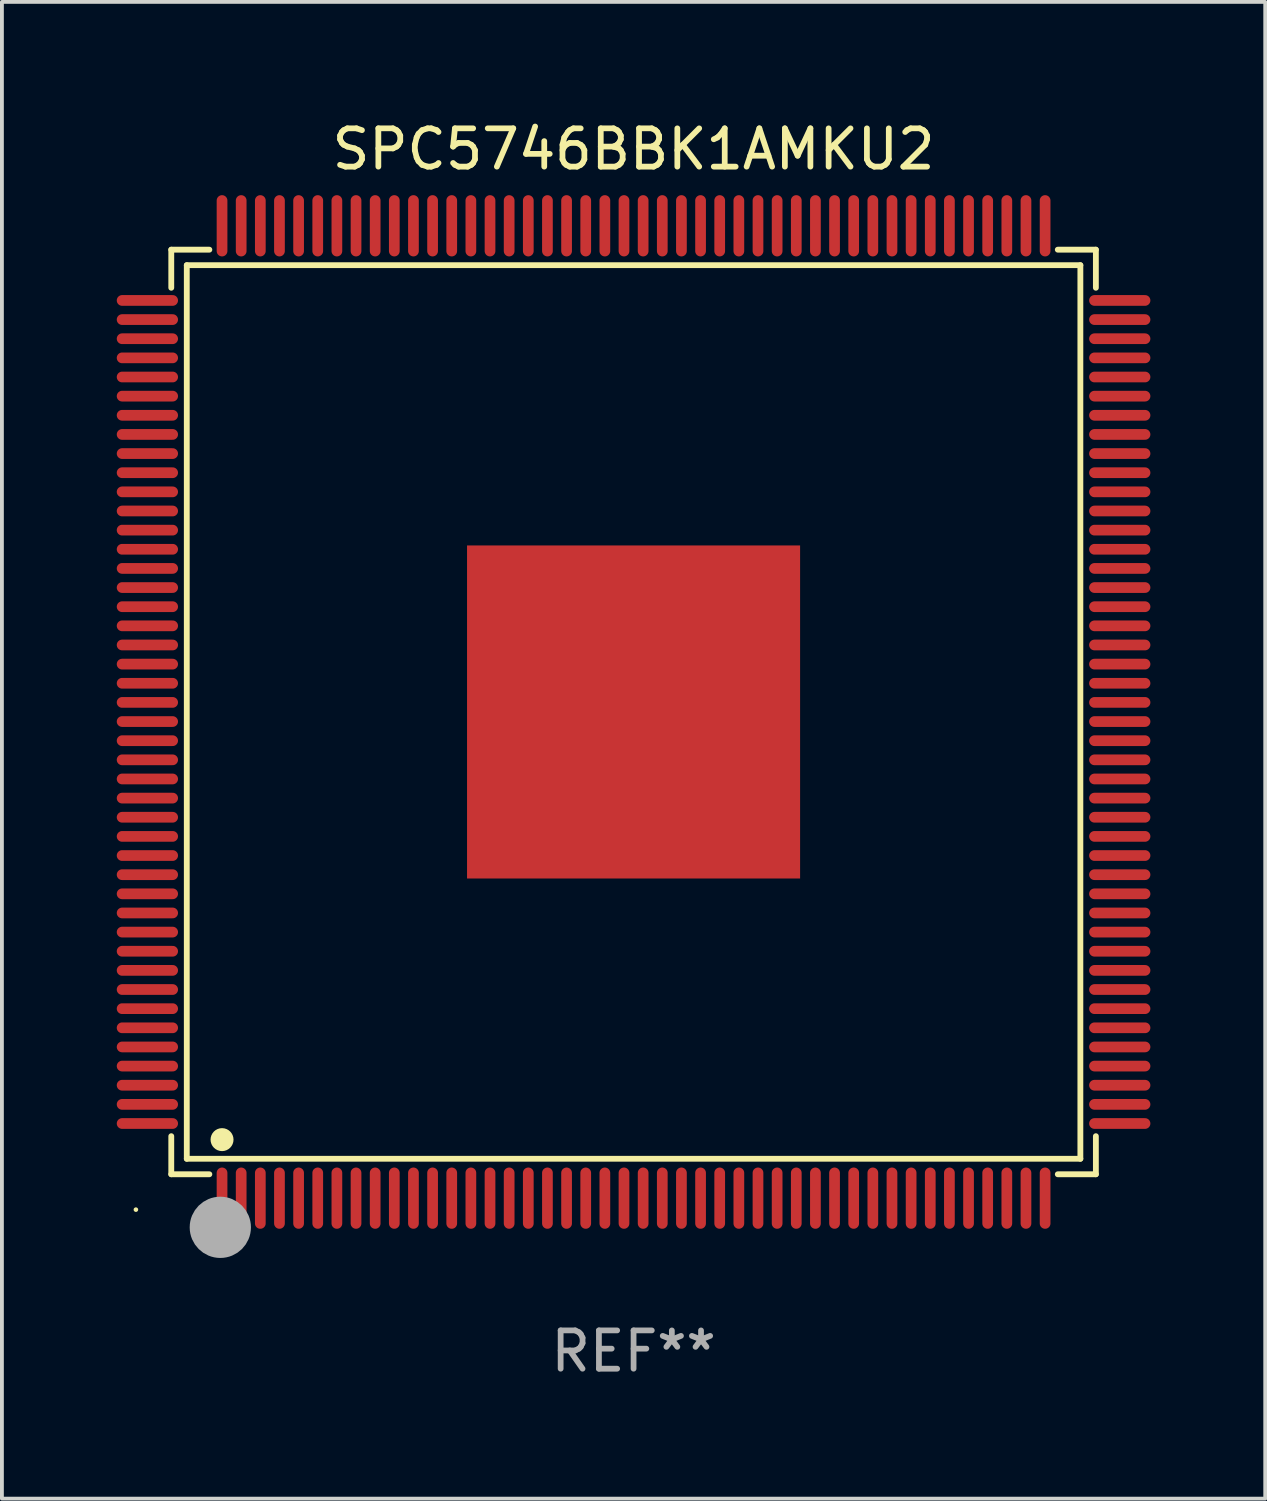
<source format=kicad_pcb>
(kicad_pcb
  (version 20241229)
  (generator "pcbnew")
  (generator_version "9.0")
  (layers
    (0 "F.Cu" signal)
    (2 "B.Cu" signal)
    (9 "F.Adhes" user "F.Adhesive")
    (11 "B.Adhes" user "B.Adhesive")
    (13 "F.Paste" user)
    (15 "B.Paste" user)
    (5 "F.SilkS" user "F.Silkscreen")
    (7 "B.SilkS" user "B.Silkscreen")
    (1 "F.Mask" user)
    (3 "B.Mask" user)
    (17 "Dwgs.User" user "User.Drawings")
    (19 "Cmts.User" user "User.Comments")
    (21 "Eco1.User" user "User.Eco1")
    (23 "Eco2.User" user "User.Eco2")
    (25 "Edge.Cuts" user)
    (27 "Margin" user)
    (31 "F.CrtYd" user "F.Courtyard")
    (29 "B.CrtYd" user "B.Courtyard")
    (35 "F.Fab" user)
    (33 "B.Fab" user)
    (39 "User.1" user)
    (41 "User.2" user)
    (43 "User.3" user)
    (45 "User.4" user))
  (footprint "SPC5746BBK1AMKU2"
    (layer "F.Cu")
    (at 13.5 15.548)
    (property "Reference" "SPC5746BBK1AMKU2" (at 0 -14.7 0) (layer "F.SilkS") (effects (font (size 1 1) (thickness 0.15))))
    (attr through_hole)
    (fp_line (start -12.076 -12.076) (end -11.081 -12.076) (stroke (width 0.152) (type solid)) (layer "F.SilkS"))
    (fp_line (start -12.076 -11.081) (end -12.076 -12.076) (stroke (width 0.152) (type solid)) (layer "F.SilkS"))
    (fp_line (start -12.076 11.081) (end -12.076 12.076) (stroke (width 0.152) (type solid)) (layer "F.SilkS"))
    (fp_line (start -12.076 12.076) (end -11.081 12.076) (stroke (width 0.152) (type solid)) (layer "F.SilkS"))
    (fp_line (start -11.671 -11.671) (end 11.671 -11.671) (stroke (width 0.152) (type solid)) (layer "F.SilkS"))
    (fp_line (start -11.671 11.671) (end -11.671 -11.671) (stroke (width 0.152) (type solid)) (layer "F.SilkS"))
    (fp_line (start 11.671 -11.671) (end 11.671 11.671) (stroke (width 0.152) (type solid)) (layer "F.SilkS"))
    (fp_line (start 11.671 11.671) (end -11.671 11.671) (stroke (width 0.152) (type solid)) (layer "F.SilkS"))
    (fp_line (start 12.076 -12.076) (end 11.081 -12.076) (stroke (width 0.152) (type solid)) (layer "F.SilkS"))
    (fp_line (start 12.076 -11.081) (end 12.076 -12.076) (stroke (width 0.152) (type solid)) (layer "F.SilkS"))
    (fp_line (start 12.076 11.081) (end 12.076 12.076) (stroke (width 0.152) (type solid)) (layer "F.SilkS"))
    (fp_line (start 12.076 12.076) (end 11.081 12.076) (stroke (width 0.152) (type solid)) (layer "F.SilkS"))
    (fp_circle (center -13 13) (end -12.97 13) (stroke (width 0.06) (type solid)) (fill no) (layer "F.SilkS"))
    (fp_circle (center -10.75 11.171) (end -10.6 11.171) (stroke (width 0.3) (type solid)) (fill no) (layer "F.SilkS"))
    (fp_circle (center -10.75 13.8) (end -10.65 13.8) (stroke (width 0.2) (type solid)) (fill no) (layer "F.SilkS"))
    (fp_circle (center -10.795 13.462) (end -10.395 13.462) (stroke (width 0.8) (type solid)) (fill no) (layer "F.Fab"))
    (fp_text user "REF**" (at 0 16.7 0) (layer "F.Fab") (effects (font (size 1 1) (thickness 0.15))))
    (pad "1" smd oval (at -10.75 12.7) (size 0.28 1.6) (layers "F.Cu" "F.Mask" "F.Paste"))
    (pad "2" smd oval (at -10.25 12.7) (size 0.28 1.6) (layers "F.Cu" "F.Mask" "F.Paste"))
    (pad "3" smd oval (at -9.75 12.7) (size 0.28 1.6) (layers "F.Cu" "F.Mask" "F.Paste"))
    (pad "4" smd oval (at -9.25 12.7) (size 0.28 1.6) (layers "F.Cu" "F.Mask" "F.Paste"))
    (pad "5" smd oval (at -8.75 12.7) (size 0.28 1.6) (layers "F.Cu" "F.Mask" "F.Paste"))
    (pad "6" smd oval (at -8.25 12.7) (size 0.28 1.6) (layers "F.Cu" "F.Mask" "F.Paste"))
    (pad "7" smd oval (at -7.75 12.7) (size 0.28 1.6) (layers "F.Cu" "F.Mask" "F.Paste"))
    (pad "8" smd oval (at -7.25 12.7) (size 0.28 1.6) (layers "F.Cu" "F.Mask" "F.Paste"))
    (pad "9" smd oval (at -6.75 12.7) (size 0.28 1.6) (layers "F.Cu" "F.Mask" "F.Paste"))
    (pad "10" smd oval (at -6.25 12.7) (size 0.28 1.6) (layers "F.Cu" "F.Mask" "F.Paste"))
    (pad "11" smd oval (at -5.75 12.7) (size 0.28 1.6) (layers "F.Cu" "F.Mask" "F.Paste"))
    (pad "12" smd oval (at -5.25 12.7) (size 0.28 1.6) (layers "F.Cu" "F.Mask" "F.Paste"))
    (pad "13" smd oval (at -4.75 12.7) (size 0.28 1.6) (layers "F.Cu" "F.Mask" "F.Paste"))
    (pad "14" smd oval (at -4.25 12.7) (size 0.28 1.6) (layers "F.Cu" "F.Mask" "F.Paste"))
    (pad "15" smd oval (at -3.75 12.7) (size 0.28 1.6) (layers "F.Cu" "F.Mask" "F.Paste"))
    (pad "16" smd oval (at -3.25 12.7) (size 0.28 1.6) (layers "F.Cu" "F.Mask" "F.Paste"))
    (pad "17" smd oval (at -2.75 12.7) (size 0.28 1.6) (layers "F.Cu" "F.Mask" "F.Paste"))
    (pad "18" smd oval (at -2.25 12.7) (size 0.28 1.6) (layers "F.Cu" "F.Mask" "F.Paste"))
    (pad "19" smd oval (at -1.75 12.7) (size 0.28 1.6) (layers "F.Cu" "F.Mask" "F.Paste"))
    (pad "20" smd oval (at -1.25 12.7) (size 0.28 1.6) (layers "F.Cu" "F.Mask" "F.Paste"))
    (pad "21" smd oval (at -0.75 12.7) (size 0.28 1.6) (layers "F.Cu" "F.Mask" "F.Paste"))
    (pad "22" smd oval (at -0.25 12.7) (size 0.28 1.6) (layers "F.Cu" "F.Mask" "F.Paste"))
    (pad "23" smd oval (at 0.25 12.7) (size 0.28 1.6) (layers "F.Cu" "F.Mask" "F.Paste"))
    (pad "24" smd oval (at 0.75 12.7) (size 0.28 1.6) (layers "F.Cu" "F.Mask" "F.Paste"))
    (pad "25" smd oval (at 1.25 12.7) (size 0.28 1.6) (layers "F.Cu" "F.Mask" "F.Paste"))
    (pad "26" smd oval (at 1.75 12.7) (size 0.28 1.6) (layers "F.Cu" "F.Mask" "F.Paste"))
    (pad "27" smd oval (at 2.25 12.7) (size 0.28 1.6) (layers "F.Cu" "F.Mask" "F.Paste"))
    (pad "28" smd oval (at 2.75 12.7) (size 0.28 1.6) (layers "F.Cu" "F.Mask" "F.Paste"))
    (pad "29" smd oval (at 3.25 12.7) (size 0.28 1.6) (layers "F.Cu" "F.Mask" "F.Paste"))
    (pad "30" smd oval (at 3.75 12.7) (size 0.28 1.6) (layers "F.Cu" "F.Mask" "F.Paste"))
    (pad "31" smd oval (at 4.25 12.7) (size 0.28 1.6) (layers "F.Cu" "F.Mask" "F.Paste"))
    (pad "32" smd oval (at 4.75 12.7) (size 0.28 1.6) (layers "F.Cu" "F.Mask" "F.Paste"))
    (pad "33" smd oval (at 5.25 12.7) (size 0.28 1.6) (layers "F.Cu" "F.Mask" "F.Paste"))
    (pad "34" smd oval (at 5.75 12.7) (size 0.28 1.6) (layers "F.Cu" "F.Mask" "F.Paste"))
    (pad "35" smd oval (at 6.25 12.7) (size 0.28 1.6) (layers "F.Cu" "F.Mask" "F.Paste"))
    (pad "36" smd oval (at 6.75 12.7) (size 0.28 1.6) (layers "F.Cu" "F.Mask" "F.Paste"))
    (pad "37" smd oval (at 7.25 12.7) (size 0.28 1.6) (layers "F.Cu" "F.Mask" "F.Paste"))
    (pad "38" smd oval (at 7.75 12.7) (size 0.28 1.6) (layers "F.Cu" "F.Mask" "F.Paste"))
    (pad "39" smd oval (at 8.25 12.7) (size 0.28 1.6) (layers "F.Cu" "F.Mask" "F.Paste"))
    (pad "40" smd oval (at 8.75 12.7) (size 0.28 1.6) (layers "F.Cu" "F.Mask" "F.Paste"))
    (pad "41" smd oval (at 9.25 12.7) (size 0.28 1.6) (layers "F.Cu" "F.Mask" "F.Paste"))
    (pad "42" smd oval (at 9.75 12.7) (size 0.28 1.6) (layers "F.Cu" "F.Mask" "F.Paste"))
    (pad "43" smd oval (at 10.25 12.7) (size 0.28 1.6) (layers "F.Cu" "F.Mask" "F.Paste"))
    (pad "44" smd oval (at 10.75 12.7) (size 0.28 1.6) (layers "F.Cu" "F.Mask" "F.Paste"))
    (pad "45" smd oval (at 12.7 10.75) (size 1.6 0.28) (layers "F.Cu" "F.Mask" "F.Paste"))
    (pad "46" smd oval (at 12.7 10.25) (size 1.6 0.28) (layers "F.Cu" "F.Mask" "F.Paste"))
    (pad "47" smd oval (at 12.7 9.75) (size 1.6 0.28) (layers "F.Cu" "F.Mask" "F.Paste"))
    (pad "48" smd oval (at 12.7 9.25) (size 1.6 0.28) (layers "F.Cu" "F.Mask" "F.Paste"))
    (pad "49" smd oval (at 12.7 8.75) (size 1.6 0.28) (layers "F.Cu" "F.Mask" "F.Paste"))
    (pad "50" smd oval (at 12.7 8.25) (size 1.6 0.28) (layers "F.Cu" "F.Mask" "F.Paste"))
    (pad "51" smd oval (at 12.7 7.75) (size 1.6 0.28) (layers "F.Cu" "F.Mask" "F.Paste"))
    (pad "52" smd oval (at 12.7 7.25) (size 1.6 0.28) (layers "F.Cu" "F.Mask" "F.Paste"))
    (pad "53" smd oval (at 12.7 6.75) (size 1.6 0.28) (layers "F.Cu" "F.Mask" "F.Paste"))
    (pad "54" smd oval (at 12.7 6.25) (size 1.6 0.28) (layers "F.Cu" "F.Mask" "F.Paste"))
    (pad "55" smd oval (at 12.7 5.75) (size 1.6 0.28) (layers "F.Cu" "F.Mask" "F.Paste"))
    (pad "56" smd oval (at 12.7 5.25) (size 1.6 0.28) (layers "F.Cu" "F.Mask" "F.Paste"))
    (pad "57" smd oval (at 12.7 4.75) (size 1.6 0.28) (layers "F.Cu" "F.Mask" "F.Paste"))
    (pad "58" smd oval (at 12.7 4.25) (size 1.6 0.28) (layers "F.Cu" "F.Mask" "F.Paste"))
    (pad "59" smd oval (at 12.7 3.75) (size 1.6 0.28) (layers "F.Cu" "F.Mask" "F.Paste"))
    (pad "60" smd oval (at 12.7 3.25) (size 1.6 0.28) (layers "F.Cu" "F.Mask" "F.Paste"))
    (pad "61" smd oval (at 12.7 2.75) (size 1.6 0.28) (layers "F.Cu" "F.Mask" "F.Paste"))
    (pad "62" smd oval (at 12.7 2.25) (size 1.6 0.28) (layers "F.Cu" "F.Mask" "F.Paste"))
    (pad "63" smd oval (at 12.7 1.75) (size 1.6 0.28) (layers "F.Cu" "F.Mask" "F.Paste"))
    (pad "64" smd oval (at 12.7 1.25) (size 1.6 0.28) (layers "F.Cu" "F.Mask" "F.Paste"))
    (pad "65" smd oval (at 12.7 0.75) (size 1.6 0.28) (layers "F.Cu" "F.Mask" "F.Paste"))
    (pad "66" smd oval (at 12.7 0.25) (size 1.6 0.28) (layers "F.Cu" "F.Mask" "F.Paste"))
    (pad "67" smd oval (at 12.7 -0.25) (size 1.6 0.28) (layers "F.Cu" "F.Mask" "F.Paste"))
    (pad "68" smd oval (at 12.7 -0.75) (size 1.6 0.28) (layers "F.Cu" "F.Mask" "F.Paste"))
    (pad "69" smd oval (at 12.7 -1.25) (size 1.6 0.28) (layers "F.Cu" "F.Mask" "F.Paste"))
    (pad "70" smd oval (at 12.7 -1.75) (size 1.6 0.28) (layers "F.Cu" "F.Mask" "F.Paste"))
    (pad "71" smd oval (at 12.7 -2.25) (size 1.6 0.28) (layers "F.Cu" "F.Mask" "F.Paste"))
    (pad "72" smd oval (at 12.7 -2.75) (size 1.6 0.28) (layers "F.Cu" "F.Mask" "F.Paste"))
    (pad "73" smd oval (at 12.7 -3.25) (size 1.6 0.28) (layers "F.Cu" "F.Mask" "F.Paste"))
    (pad "74" smd oval (at 12.7 -3.75) (size 1.6 0.28) (layers "F.Cu" "F.Mask" "F.Paste"))
    (pad "75" smd oval (at 12.7 -4.25) (size 1.6 0.28) (layers "F.Cu" "F.Mask" "F.Paste"))
    (pad "76" smd oval (at 12.7 -4.75) (size 1.6 0.28) (layers "F.Cu" "F.Mask" "F.Paste"))
    (pad "77" smd oval (at 12.7 -5.25) (size 1.6 0.28) (layers "F.Cu" "F.Mask" "F.Paste"))
    (pad "78" smd oval (at 12.7 -5.75) (size 1.6 0.28) (layers "F.Cu" "F.Mask" "F.Paste"))
    (pad "79" smd oval (at 12.7 -6.25) (size 1.6 0.28) (layers "F.Cu" "F.Mask" "F.Paste"))
    (pad "80" smd oval (at 12.7 -6.75) (size 1.6 0.28) (layers "F.Cu" "F.Mask" "F.Paste"))
    (pad "81" smd oval (at 12.7 -7.25) (size 1.6 0.28) (layers "F.Cu" "F.Mask" "F.Paste"))
    (pad "82" smd oval (at 12.7 -7.75) (size 1.6 0.28) (layers "F.Cu" "F.Mask" "F.Paste"))
    (pad "83" smd oval (at 12.7 -8.25) (size 1.6 0.28) (layers "F.Cu" "F.Mask" "F.Paste"))
    (pad "84" smd oval (at 12.7 -8.75) (size 1.6 0.28) (layers "F.Cu" "F.Mask" "F.Paste"))
    (pad "85" smd oval (at 12.7 -9.25) (size 1.6 0.28) (layers "F.Cu" "F.Mask" "F.Paste"))
    (pad "86" smd oval (at 12.7 -9.75) (size 1.6 0.28) (layers "F.Cu" "F.Mask" "F.Paste"))
    (pad "87" smd oval (at 12.7 -10.25) (size 1.6 0.28) (layers "F.Cu" "F.Mask" "F.Paste"))
    (pad "88" smd oval (at 12.7 -10.75) (size 1.6 0.28) (layers "F.Cu" "F.Mask" "F.Paste"))
    (pad "89" smd oval (at 10.75 -12.7) (size 0.28 1.6) (layers "F.Cu" "F.Mask" "F.Paste"))
    (pad "90" smd oval (at 10.25 -12.7) (size 0.28 1.6) (layers "F.Cu" "F.Mask" "F.Paste"))
    (pad "91" smd oval (at 9.75 -12.7) (size 0.28 1.6) (layers "F.Cu" "F.Mask" "F.Paste"))
    (pad "92" smd oval (at 9.25 -12.7) (size 0.28 1.6) (layers "F.Cu" "F.Mask" "F.Paste"))
    (pad "93" smd oval (at 8.75 -12.7) (size 0.28 1.6) (layers "F.Cu" "F.Mask" "F.Paste"))
    (pad "94" smd oval (at 8.25 -12.7) (size 0.28 1.6) (layers "F.Cu" "F.Mask" "F.Paste"))
    (pad "95" smd oval (at 7.75 -12.7) (size 0.28 1.6) (layers "F.Cu" "F.Mask" "F.Paste"))
    (pad "96" smd oval (at 7.25 -12.7) (size 0.28 1.6) (layers "F.Cu" "F.Mask" "F.Paste"))
    (pad "97" smd oval (at 6.75 -12.7) (size 0.28 1.6) (layers "F.Cu" "F.Mask" "F.Paste"))
    (pad "98" smd oval (at 6.25 -12.7) (size 0.28 1.6) (layers "F.Cu" "F.Mask" "F.Paste"))
    (pad "99" smd oval (at 5.75 -12.7) (size 0.28 1.6) (layers "F.Cu" "F.Mask" "F.Paste"))
    (pad "100" smd oval (at 5.25 -12.7) (size 0.28 1.6) (layers "F.Cu" "F.Mask" "F.Paste"))
    (pad "101" smd oval (at 4.75 -12.7) (size 0.28 1.6) (layers "F.Cu" "F.Mask" "F.Paste"))
    (pad "102" smd oval (at 4.25 -12.7) (size 0.28 1.6) (layers "F.Cu" "F.Mask" "F.Paste"))
    (pad "103" smd oval (at 3.75 -12.7) (size 0.28 1.6) (layers "F.Cu" "F.Mask" "F.Paste"))
    (pad "104" smd oval (at 3.25 -12.7) (size 0.28 1.6) (layers "F.Cu" "F.Mask" "F.Paste"))
    (pad "105" smd oval (at 2.75 -12.7) (size 0.28 1.6) (layers "F.Cu" "F.Mask" "F.Paste"))
    (pad "106" smd oval (at 2.25 -12.7) (size 0.28 1.6) (layers "F.Cu" "F.Mask" "F.Paste"))
    (pad "107" smd oval (at 1.75 -12.7) (size 0.28 1.6) (layers "F.Cu" "F.Mask" "F.Paste"))
    (pad "108" smd oval (at 1.25 -12.7) (size 0.28 1.6) (layers "F.Cu" "F.Mask" "F.Paste"))
    (pad "109" smd oval (at 0.75 -12.7) (size 0.28 1.6) (layers "F.Cu" "F.Mask" "F.Paste"))
    (pad "110" smd oval (at 0.25 -12.7) (size 0.28 1.6) (layers "F.Cu" "F.Mask" "F.Paste"))
    (pad "111" smd oval (at -0.25 -12.7) (size 0.28 1.6) (layers "F.Cu" "F.Mask" "F.Paste"))
    (pad "112" smd oval (at -0.75 -12.7) (size 0.28 1.6) (layers "F.Cu" "F.Mask" "F.Paste"))
    (pad "113" smd oval (at -1.25 -12.7) (size 0.28 1.6) (layers "F.Cu" "F.Mask" "F.Paste"))
    (pad "114" smd oval (at -1.75 -12.7) (size 0.28 1.6) (layers "F.Cu" "F.Mask" "F.Paste"))
    (pad "115" smd oval (at -2.25 -12.7) (size 0.28 1.6) (layers "F.Cu" "F.Mask" "F.Paste"))
    (pad "116" smd oval (at -2.75 -12.7) (size 0.28 1.6) (layers "F.Cu" "F.Mask" "F.Paste"))
    (pad "117" smd oval (at -3.25 -12.7) (size 0.28 1.6) (layers "F.Cu" "F.Mask" "F.Paste"))
    (pad "118" smd oval (at -3.75 -12.7) (size 0.28 1.6) (layers "F.Cu" "F.Mask" "F.Paste"))
    (pad "119" smd oval (at -4.25 -12.7) (size 0.28 1.6) (layers "F.Cu" "F.Mask" "F.Paste"))
    (pad "120" smd oval (at -4.75 -12.7) (size 0.28 1.6) (layers "F.Cu" "F.Mask" "F.Paste"))
    (pad "121" smd oval (at -5.25 -12.7) (size 0.28 1.6) (layers "F.Cu" "F.Mask" "F.Paste"))
    (pad "122" smd oval (at -5.75 -12.7) (size 0.28 1.6) (layers "F.Cu" "F.Mask" "F.Paste"))
    (pad "123" smd oval (at -6.25 -12.7) (size 0.28 1.6) (layers "F.Cu" "F.Mask" "F.Paste"))
    (pad "124" smd oval (at -6.75 -12.7) (size 0.28 1.6) (layers "F.Cu" "F.Mask" "F.Paste"))
    (pad "125" smd oval (at -7.25 -12.7) (size 0.28 1.6) (layers "F.Cu" "F.Mask" "F.Paste"))
    (pad "126" smd oval (at -7.75 -12.7) (size 0.28 1.6) (layers "F.Cu" "F.Mask" "F.Paste"))
    (pad "127" smd oval (at -8.25 -12.7) (size 0.28 1.6) (layers "F.Cu" "F.Mask" "F.Paste"))
    (pad "128" smd oval (at -8.75 -12.7) (size 0.28 1.6) (layers "F.Cu" "F.Mask" "F.Paste"))
    (pad "129" smd oval (at -9.25 -12.7) (size 0.28 1.6) (layers "F.Cu" "F.Mask" "F.Paste"))
    (pad "130" smd oval (at -9.75 -12.7) (size 0.28 1.6) (layers "F.Cu" "F.Mask" "F.Paste"))
    (pad "131" smd oval (at -10.25 -12.7) (size 0.28 1.6) (layers "F.Cu" "F.Mask" "F.Paste"))
    (pad "132" smd oval (at -10.75 -12.7) (size 0.28 1.6) (layers "F.Cu" "F.Mask" "F.Paste"))
    (pad "133" smd oval (at -12.7 -10.75) (size 1.6 0.28) (layers "F.Cu" "F.Mask" "F.Paste"))
    (pad "134" smd oval (at -12.7 -10.25) (size 1.6 0.28) (layers "F.Cu" "F.Mask" "F.Paste"))
    (pad "135" smd oval (at -12.7 -9.75) (size 1.6 0.28) (layers "F.Cu" "F.Mask" "F.Paste"))
    (pad "136" smd oval (at -12.7 -9.25) (size 1.6 0.28) (layers "F.Cu" "F.Mask" "F.Paste"))
    (pad "137" smd oval (at -12.7 -8.75) (size 1.6 0.28) (layers "F.Cu" "F.Mask" "F.Paste"))
    (pad "138" smd oval (at -12.7 -8.25) (size 1.6 0.28) (layers "F.Cu" "F.Mask" "F.Paste"))
    (pad "139" smd oval (at -12.7 -7.75) (size 1.6 0.28) (layers "F.Cu" "F.Mask" "F.Paste"))
    (pad "140" smd oval (at -12.7 -7.25) (size 1.6 0.28) (layers "F.Cu" "F.Mask" "F.Paste"))
    (pad "141" smd oval (at -12.7 -6.75) (size 1.6 0.28) (layers "F.Cu" "F.Mask" "F.Paste"))
    (pad "142" smd oval (at -12.7 -6.25) (size 1.6 0.28) (layers "F.Cu" "F.Mask" "F.Paste"))
    (pad "143" smd oval (at -12.7 -5.75) (size 1.6 0.28) (layers "F.Cu" "F.Mask" "F.Paste"))
    (pad "144" smd oval (at -12.7 -5.25) (size 1.6 0.28) (layers "F.Cu" "F.Mask" "F.Paste"))
    (pad "145" smd oval (at -12.7 -4.75) (size 1.6 0.28) (layers "F.Cu" "F.Mask" "F.Paste"))
    (pad "146" smd oval (at -12.7 -4.25) (size 1.6 0.28) (layers "F.Cu" "F.Mask" "F.Paste"))
    (pad "147" smd oval (at -12.7 -3.75) (size 1.6 0.28) (layers "F.Cu" "F.Mask" "F.Paste"))
    (pad "148" smd oval (at -12.7 -3.25) (size 1.6 0.28) (layers "F.Cu" "F.Mask" "F.Paste"))
    (pad "149" smd oval (at -12.7 -2.75) (size 1.6 0.28) (layers "F.Cu" "F.Mask" "F.Paste"))
    (pad "150" smd oval (at -12.7 -2.25) (size 1.6 0.28) (layers "F.Cu" "F.Mask" "F.Paste"))
    (pad "151" smd oval (at -12.7 -1.75) (size 1.6 0.28) (layers "F.Cu" "F.Mask" "F.Paste"))
    (pad "152" smd oval (at -12.7 -1.25) (size 1.6 0.28) (layers "F.Cu" "F.Mask" "F.Paste"))
    (pad "153" smd oval (at -12.7 -0.75) (size 1.6 0.28) (layers "F.Cu" "F.Mask" "F.Paste"))
    (pad "154" smd oval (at -12.7 -0.25) (size 1.6 0.28) (layers "F.Cu" "F.Mask" "F.Paste"))
    (pad "155" smd oval (at -12.7 0.25) (size 1.6 0.28) (layers "F.Cu" "F.Mask" "F.Paste"))
    (pad "156" smd oval (at -12.7 0.75) (size 1.6 0.28) (layers "F.Cu" "F.Mask" "F.Paste"))
    (pad "157" smd oval (at -12.7 1.25) (size 1.6 0.28) (layers "F.Cu" "F.Mask" "F.Paste"))
    (pad "158" smd oval (at -12.7 1.75) (size 1.6 0.28) (layers "F.Cu" "F.Mask" "F.Paste"))
    (pad "159" smd oval (at -12.7 2.25) (size 1.6 0.28) (layers "F.Cu" "F.Mask" "F.Paste"))
    (pad "160" smd oval (at -12.7 2.75) (size 1.6 0.28) (layers "F.Cu" "F.Mask" "F.Paste"))
    (pad "161" smd oval (at -12.7 3.25) (size 1.6 0.28) (layers "F.Cu" "F.Mask" "F.Paste"))
    (pad "162" smd oval (at -12.7 3.75) (size 1.6 0.28) (layers "F.Cu" "F.Mask" "F.Paste"))
    (pad "163" smd oval (at -12.7 4.25) (size 1.6 0.28) (layers "F.Cu" "F.Mask" "F.Paste"))
    (pad "164" smd oval (at -12.7 4.75) (size 1.6 0.28) (layers "F.Cu" "F.Mask" "F.Paste"))
    (pad "165" smd oval (at -12.7 5.25) (size 1.6 0.28) (layers "F.Cu" "F.Mask" "F.Paste"))
    (pad "166" smd oval (at -12.7 5.75) (size 1.6 0.28) (layers "F.Cu" "F.Mask" "F.Paste"))
    (pad "167" smd oval (at -12.7 6.25) (size 1.6 0.28) (layers "F.Cu" "F.Mask" "F.Paste"))
    (pad "168" smd oval (at -12.7 6.75) (size 1.6 0.28) (layers "F.Cu" "F.Mask" "F.Paste"))
    (pad "169" smd oval (at -12.7 7.25) (size 1.6 0.28) (layers "F.Cu" "F.Mask" "F.Paste"))
    (pad "170" smd oval (at -12.7 7.75) (size 1.6 0.28) (layers "F.Cu" "F.Mask" "F.Paste"))
    (pad "171" smd oval (at -12.7 8.25) (size 1.6 0.28) (layers "F.Cu" "F.Mask" "F.Paste"))
    (pad "172" smd oval (at -12.7 8.75) (size 1.6 0.28) (layers "F.Cu" "F.Mask" "F.Paste"))
    (pad "173" smd oval (at -12.7 9.25) (size 1.6 0.28) (layers "F.Cu" "F.Mask" "F.Paste"))
    (pad "174" smd oval (at -12.7 9.75) (size 1.6 0.28) (layers "F.Cu" "F.Mask" "F.Paste"))
    (pad "175" smd oval (at -12.7 10.25) (size 1.6 0.28) (layers "F.Cu" "F.Mask" "F.Paste"))
    (pad "176" smd oval (at -12.7 10.75) (size 1.6 0.28) (layers "F.Cu" "F.Mask" "F.Paste"))
    (pad "177" smd rect (at 0 0) (size 8.7 8.7) (layers "F.Cu" "F.Mask" "F.Paste")))
  (gr_rect
    (start -3 -3)
    (end 30 36.097)
    (stroke (width 0.1) (type default))
    (fill no)
    (layer "Edge.Cuts")))
</source>
